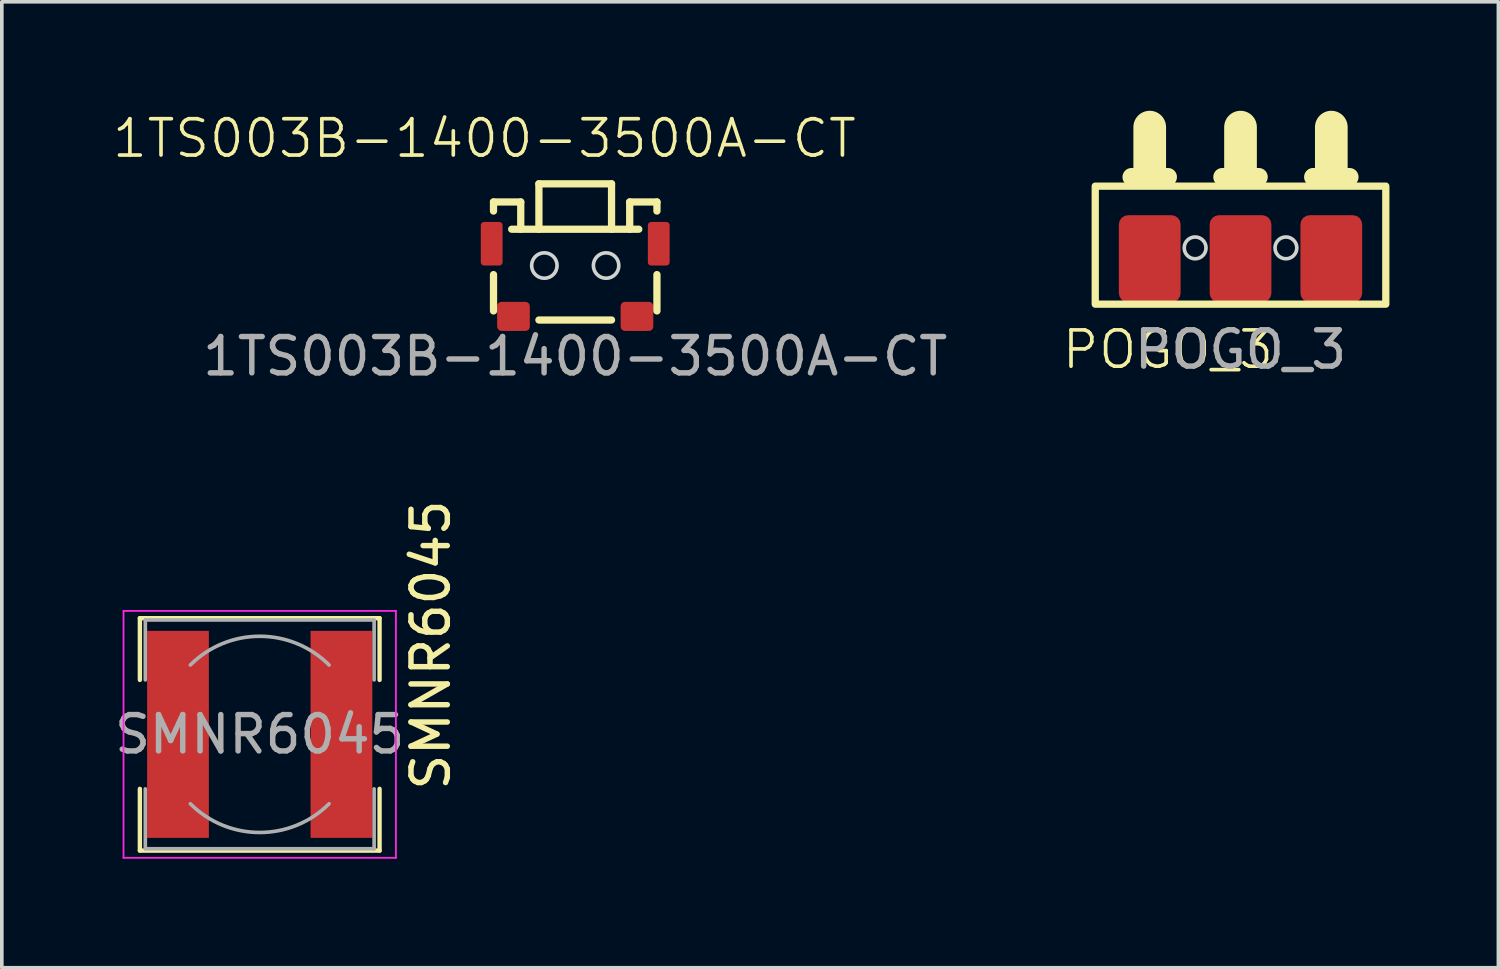
<source format=kicad_pcb>
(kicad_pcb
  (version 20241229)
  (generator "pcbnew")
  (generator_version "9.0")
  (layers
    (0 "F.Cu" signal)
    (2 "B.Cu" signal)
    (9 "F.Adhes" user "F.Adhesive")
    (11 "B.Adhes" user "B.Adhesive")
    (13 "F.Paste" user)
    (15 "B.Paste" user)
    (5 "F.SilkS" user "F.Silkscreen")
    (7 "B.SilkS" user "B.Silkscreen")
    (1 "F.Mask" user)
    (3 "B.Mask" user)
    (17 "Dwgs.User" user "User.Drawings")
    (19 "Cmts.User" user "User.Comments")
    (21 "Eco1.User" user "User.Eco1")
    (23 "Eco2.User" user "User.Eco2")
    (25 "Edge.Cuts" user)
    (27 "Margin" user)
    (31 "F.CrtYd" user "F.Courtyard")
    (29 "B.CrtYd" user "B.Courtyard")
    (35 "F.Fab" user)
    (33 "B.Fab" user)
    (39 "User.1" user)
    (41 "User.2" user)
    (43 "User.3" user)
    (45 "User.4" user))
  (footprint "SMNR6045"
    (layer "F.Cu")
    (at 4.101 17.17)
    (property "Reference" "SMNR6045" (at 4.71 -2.46 270) (layer "F.SilkS") (effects (font (size 1 1) (thickness 0.15))))
    (attr smd)
    (fp_line (start -3.3 -3.2) (end 3.3 -3.2) (stroke (width 0.12) (type solid)) (layer "F.SilkS"))
    (fp_line (start -3.3 -1.5) (end -3.3 -3.2) (stroke (width 0.12) (type solid)) (layer "F.SilkS"))
    (fp_line (start -3.3 3.2) (end -3.3 1.5) (stroke (width 0.12) (type solid)) (layer "F.SilkS"))
    (fp_line (start 3.3 -3.2) (end 3.3 -1.5) (stroke (width 0.12) (type solid)) (layer "F.SilkS"))
    (fp_line (start 3.3 1.5) (end 3.3 3.2) (stroke (width 0.12) (type solid)) (layer "F.SilkS"))
    (fp_line (start 3.3 3.2) (end -3.3 3.2) (stroke (width 0.12) (type solid)) (layer "F.SilkS"))
    (fp_line (start -3.75 -3.4) (end -3.75 3.4) (stroke (width 0.05) (type solid)) (layer "F.CrtYd"))
    (fp_line (start -3.75 3.4) (end 3.75 3.4) (stroke (width 0.05) (type solid)) (layer "F.CrtYd"))
    (fp_line (start 3.75 -3.4) (end -3.75 -3.4) (stroke (width 0.05) (type solid)) (layer "F.CrtYd"))
    (fp_line (start 3.75 3.4) (end 3.75 -3.4) (stroke (width 0.05) (type solid)) (layer "F.CrtYd"))
    (fp_line (start -3.15 -3.15) (end -3.15 -1.5) (stroke (width 0.1) (type solid)) (layer "F.Fab"))
    (fp_line (start -3.15 -3.15) (end 3.15 -3.15) (stroke (width 0.1) (type solid)) (layer "F.Fab"))
    (fp_line (start -3.15 3.15) (end -3.15 1.5) (stroke (width 0.1) (type solid)) (layer "F.Fab"))
    (fp_line (start -3.15 3.15) (end 3.15 3.15) (stroke (width 0.1) (type solid)) (layer "F.Fab"))
    (fp_line (start 3.15 -3.15) (end 3.15 -1.5) (stroke (width 0.1) (type solid)) (layer "F.Fab"))
    (fp_line (start 3.15 3.15) (end 3.15 1.5) (stroke (width 0.1) (type solid)) (layer "F.Fab"))
    (fp_arc (start -1.91 -1.91) (mid 0 -2.701148) (end 1.91 -1.91) (stroke (width 0.1) (type solid)) (layer "F.Fab"))
    (fp_arc (start 1.91 1.91) (mid 0 2.701148) (end -1.91 1.91) (stroke (width 0.1) (type solid)) (layer "F.Fab"))
    (fp_text user "${REFERENCE}" (at 0 0 180) (layer "F.Fab") (effects (font (size 1 1) (thickness 0.15))))
    (pad "1" smd rect (at -2.25 0) (size 1.7 5.7) (layers "F.Cu" "F.Mask" "F.Paste"))
    (pad "2" smd rect (at 2.25 0) (size 1.7 5.7) (layers "F.Cu" "F.Mask" "F.Paste")))
  (footprint "POGO_3"
    (layer "F.Cu")
    (at 31.106 4.075)
    (property "Reference" "POGO_3" (at -2 2.5 0) (unlocked yes) (layer "F.SilkS") (effects (font (size 1 1) (thickness 0.1))))
    (attr smd)
    (fp_line (start -3 -2.25) (end -2 -2.25) (stroke (width 0.5) (type solid)) (layer "F.SilkS"))
    (fp_line (start -2.5 -2.375) (end -2.5 -3.625) (stroke (width 0.9) (type solid)) (layer "F.SilkS"))
    (fp_line (start -2.5 -2) (end -1.75 -2) (stroke (width 0.1) (type default)) (layer "F.SilkS"))
    (fp_line (start -0.5 -2.25) (end 0.5 -2.25) (stroke (width 0.5) (type solid)) (layer "F.SilkS"))
    (fp_line (start 0 -2.375) (end 0 -3.625) (stroke (width 0.9) (type solid)) (layer "F.SilkS"))
    (fp_line (start 2 -2.25) (end 3 -2.25) (stroke (width 0.5) (type solid)) (layer "F.SilkS"))
    (fp_line (start 2.5 -2.375) (end 2.5 -3.625) (stroke (width 0.9) (type solid)) (layer "F.SilkS"))
    (fp_rect (start -4 -2) (end 4 1.25) (stroke (width 0.2) (type solid)) (fill no) (layer "F.SilkS"))
    (fp_circle (center -1.25 -0.3) (end -0.95 -0.3) (stroke (width 0.1) (type solid)) (fill no) (layer "Edge.Cuts"))
    (fp_circle (center 1.25 -0.3) (end 1.55 -0.3) (stroke (width 0.1) (type solid)) (fill no) (layer "Edge.Cuts"))
    (fp_text user "${REFERENCE}" (at 0 2.5 0) (unlocked yes) (layer "F.Fab") (effects (font (size 1 1) (thickness 0.15))))
    (pad "1" smd roundrect (at -2.5 0) (size 1.7 2.4) (layers "F.Cu" "F.Mask" "F.Paste") (roundrect_rratio 0.15))
    (pad "2" smd roundrect (at 0 0) (size 1.7 2.4) (layers "F.Cu" "F.Mask" "F.Paste") (roundrect_rratio 0.15))
    (pad "3" smd roundrect (at 2.5 0) (size 1.7 2.4) (layers "F.Cu" "F.Mask" "F.Paste") (roundrect_rratio 0.15)))
  (footprint "1TS003B-1400-3500A-CT"
    (layer "F.Cu")
    (at 12.788 4.261)
    (property "Reference" "1TS003B-1400-3500A-CT" (at -2.5 -3.5 0) (unlocked yes) (layer "F.SilkS") (effects (font (size 1 1) (thickness 0.1))))
    (attr smd)
    (fp_line (start -2.25 -1.75) (end -2.25 -1.5) (stroke (width 0.2) (type solid)) (layer "F.SilkS"))
    (fp_line (start -2.25 0.25) (end -2.25 1.25) (stroke (width 0.2) (type solid)) (layer "F.SilkS"))
    (fp_line (start -1.75 -1) (end 1.75 -1) (stroke (width 0.2) (type solid)) (layer "F.SilkS"))
    (fp_line (start -1.5 -1.75) (end -2.25 -1.75) (stroke (width 0.2) (type solid)) (layer "F.SilkS"))
    (fp_line (start -1.5 -1) (end -1.5 -1.75) (stroke (width 0.2) (type solid)) (layer "F.SilkS"))
    (fp_line (start -1 -2.25) (end 1 -2.25) (stroke (width 0.2) (type solid)) (layer "F.SilkS"))
    (fp_line (start -1 -1) (end -1 -2.25) (stroke (width 0.2) (type solid)) (layer "F.SilkS"))
    (fp_line (start -1 1.5) (end 1 1.5) (stroke (width 0.2) (type solid)) (layer "F.SilkS"))
    (fp_line (start 1 -2.25) (end 1 -1) (stroke (width 0.2) (type solid)) (layer "F.SilkS"))
    (fp_line (start 1.5 -1.75) (end 2.25 -1.75) (stroke (width 0.2) (type solid)) (layer "F.SilkS"))
    (fp_line (start 1.5 -1) (end 1.5 -1.75) (stroke (width 0.2) (type solid)) (layer "F.SilkS"))
    (fp_line (start 2.25 -1.75) (end 2.25 -1.5) (stroke (width 0.2) (type solid)) (layer "F.SilkS"))
    (fp_line (start 2.25 0.25) (end 2.25 1.25) (stroke (width 0.2) (type solid)) (layer "F.SilkS"))
    (fp_circle (center -0.85 0) (end -0.5 0) (stroke (width 0.1) (type solid)) (fill no) (layer "Edge.Cuts"))
    (fp_circle (center 0.85 0) (end 1.2 0) (stroke (width 0.1) (type solid)) (fill no) (layer "Edge.Cuts"))
    (fp_text user "${REFERENCE}" (at 0 2.5 0) (unlocked yes) (layer "F.Fab") (effects (font (size 1 1) (thickness 0.15))))
    (pad "1" smd roundrect (at -1.7 1.4) (size 0.9 0.8) (layers "F.Cu" "F.Mask" "F.Paste") (roundrect_rratio 0.15))
    (pad "2" smd roundrect (at 1.7 1.4) (size 0.9 0.8) (layers "F.Cu" "F.Mask" "F.Paste") (roundrect_rratio 0.15))
    (pad "3" smd roundrect (at 2.3 -0.6) (size 0.6 1.2) (layers "F.Cu" "F.Mask" "F.Paste") (roundrect_rratio 0.15))
    (pad "4" smd roundrect (at -2.3 -0.6) (size 0.6 1.2) (layers "F.Cu" "F.Mask" "F.Paste") (roundrect_rratio 0.15)))
  (gr_rect
    (start -3 -3)
    (end 38.206 23.595)
    (stroke (width 0.1) (type default))
    (fill no)
    (layer "Edge.Cuts")))
</source>
